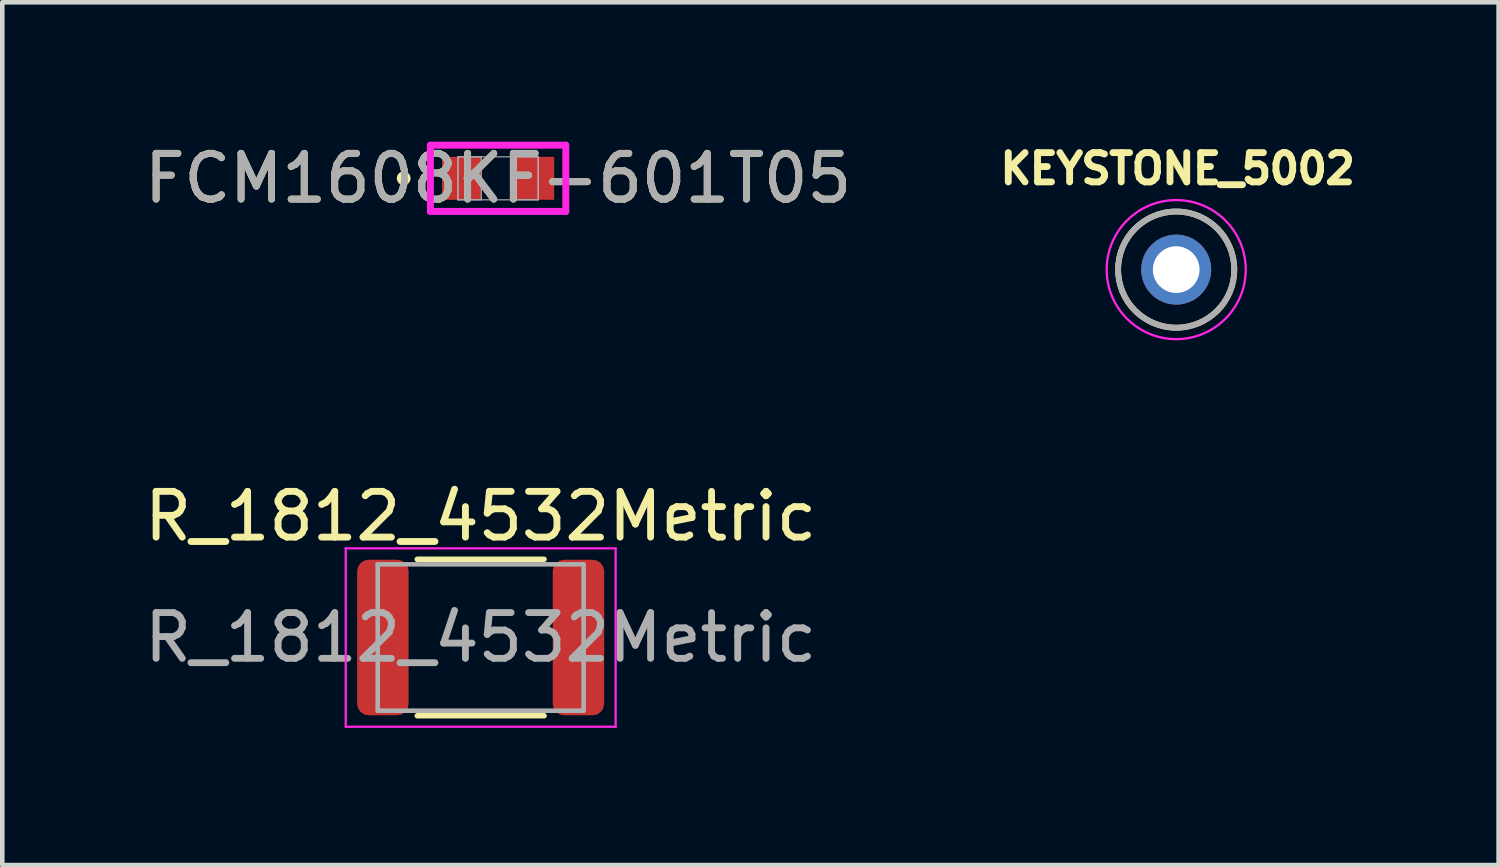
<source format=kicad_pcb>
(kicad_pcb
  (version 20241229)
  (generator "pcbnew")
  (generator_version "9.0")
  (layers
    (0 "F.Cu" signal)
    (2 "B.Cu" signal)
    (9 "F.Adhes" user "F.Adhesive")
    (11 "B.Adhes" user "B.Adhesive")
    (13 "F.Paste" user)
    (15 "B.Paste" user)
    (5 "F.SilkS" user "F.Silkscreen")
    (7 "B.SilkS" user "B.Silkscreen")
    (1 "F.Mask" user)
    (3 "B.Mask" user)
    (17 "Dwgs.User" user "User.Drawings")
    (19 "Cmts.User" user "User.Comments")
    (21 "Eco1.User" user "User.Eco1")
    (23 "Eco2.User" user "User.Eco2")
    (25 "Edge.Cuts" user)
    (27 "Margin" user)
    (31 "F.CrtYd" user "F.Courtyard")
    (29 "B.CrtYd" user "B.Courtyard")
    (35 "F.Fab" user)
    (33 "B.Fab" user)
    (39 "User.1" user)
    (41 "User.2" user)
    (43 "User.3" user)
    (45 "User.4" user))
  (footprint "KEYSTONE_5002"
    (layer "F.Cu")
    (at 22.663 2.844)
    (property "Reference" "KEYSTONE_5002" (at 0.032 -2.206 0) (layer "F.SilkS") (effects (font (size 0.64 0.64) (thickness 0.15))))
    (attr through_hole)
    (fp_circle (center 0 0) (end 1.27 0) (stroke (width 0.127) (type solid)) (fill no) (layer "F.SilkS"))
    (fp_circle (center 0 0) (end 1.52 0) (stroke (width 0.05) (type solid)) (fill no) (layer "F.CrtYd"))
    (fp_circle (center 0 0) (end 1.27 0) (stroke (width 0.127) (type solid)) (fill no) (layer "F.Fab"))
    (pad "TP" thru_hole circle (at 0 0) (size 1.53 1.53) (drill 1.02) (layers "*.Cu" "*.Mask")))
  (footprint "R_1812_4532Metric"
    (layer "F.Cu")
    (at 7.458 10.887)
    (property "Reference" "R_1812_4532Metric" (at 0 -2.65 0) (layer "F.SilkS") (effects (font (size 1 1) (thickness 0.15))))
    (attr smd)
    (fp_line (start -1.386 -1.71) (end 1.386 -1.71) (stroke (width 0.12) (type solid)) (layer "F.SilkS"))
    (fp_line (start -1.386 1.71) (end 1.386 1.71) (stroke (width 0.12) (type solid)) (layer "F.SilkS"))
    (fp_line (start -2.95 -1.95) (end 2.95 -1.95) (stroke (width 0.05) (type solid)) (layer "F.CrtYd"))
    (fp_line (start -2.95 1.95) (end -2.95 -1.95) (stroke (width 0.05) (type solid)) (layer "F.CrtYd"))
    (fp_line (start 2.95 -1.95) (end 2.95 1.95) (stroke (width 0.05) (type solid)) (layer "F.CrtYd"))
    (fp_line (start 2.95 1.95) (end -2.95 1.95) (stroke (width 0.05) (type solid)) (layer "F.CrtYd"))
    (fp_line (start -2.25 -1.6) (end 2.25 -1.6) (stroke (width 0.1) (type solid)) (layer "F.Fab"))
    (fp_line (start -2.25 1.6) (end -2.25 -1.6) (stroke (width 0.1) (type solid)) (layer "F.Fab"))
    (fp_line (start 2.25 -1.6) (end 2.25 1.6) (stroke (width 0.1) (type solid)) (layer "F.Fab"))
    (fp_line (start 2.25 1.6) (end -2.25 1.6) (stroke (width 0.1) (type solid)) (layer "F.Fab"))
    (fp_text user "${REFERENCE}" (at 0 0 0) (layer "F.Fab") (effects (font (size 1 1) (thickness 0.15))))
    (pad "1" smd roundrect (at -2.138 0) (size 1.125 3.4) (layers "F.Cu" "F.Mask" "F.Paste") (roundrect_rratio 0.222))
    (pad "2" smd roundrect (at 2.138 0) (size 1.125 3.4) (layers "F.Cu" "F.Mask" "F.Paste") (roundrect_rratio 0.222)))
  (footprint "FCM1608KF-601T05"
    (layer "F.Cu")
    (at 7.839 0.848)
    (property "Reference" "FCM1608KF-601T05" (at 0 0 0) (unlocked yes) (layer "F.SilkS") (effects (font (size 1 1) (thickness 0.15))))
    (attr smd)
    (fp_circle (center -2.064 0) (end -1.988 0) (stroke (width 0.152) (type solid)) (fill no) (layer "F.SilkS"))
    (fp_line (start -1.48 -0.724) (end 1.48 -0.724) (stroke (width 0.152) (type solid)) (layer "F.CrtYd"))
    (fp_line (start -1.48 0.724) (end -1.48 -0.724) (stroke (width 0.152) (type solid)) (layer "F.CrtYd"))
    (fp_line (start 1.48 -0.724) (end 1.48 0.724) (stroke (width 0.152) (type solid)) (layer "F.CrtYd"))
    (fp_line (start 1.48 0.724) (end -1.48 0.724) (stroke (width 0.152) (type solid)) (layer "F.CrtYd"))
    (fp_line (start -0.876 -0.47) (end -0.876 0.47) (stroke (width 0.025) (type solid)) (layer "F.Fab"))
    (fp_line (start -0.876 -0.47) (end -0.876 0.47) (stroke (width 0.025) (type solid)) (layer "F.Fab"))
    (fp_line (start -0.876 0.47) (end -0.368 0.47) (stroke (width 0.025) (type solid)) (layer "F.Fab"))
    (fp_line (start -0.876 0.47) (end 0.876 0.47) (stroke (width 0.025) (type solid)) (layer "F.Fab"))
    (fp_line (start -0.368 -0.47) (end -0.876 -0.47) (stroke (width 0.025) (type solid)) (layer "F.Fab"))
    (fp_line (start -0.368 0.47) (end -0.368 -0.47) (stroke (width 0.025) (type solid)) (layer "F.Fab"))
    (fp_line (start 0.368 -0.47) (end 0.368 0.47) (stroke (width 0.025) (type solid)) (layer "F.Fab"))
    (fp_line (start 0.368 0.47) (end 0.876 0.47) (stroke (width 0.025) (type solid)) (layer "F.Fab"))
    (fp_line (start 0.876 -0.47) (end -0.876 -0.47) (stroke (width 0.025) (type solid)) (layer "F.Fab"))
    (fp_line (start 0.876 -0.47) (end 0.368 -0.47) (stroke (width 0.025) (type solid)) (layer "F.Fab"))
    (fp_line (start 0.876 0.47) (end 0.876 -0.47) (stroke (width 0.025) (type solid)) (layer "F.Fab"))
    (fp_line (start 0.876 0.47) (end 0.876 -0.47) (stroke (width 0.025) (type solid)) (layer "F.Fab"))
    (fp_circle (center -0.67 0) (end -0.594 0) (stroke (width 0.025) (type solid)) (fill no) (layer "F.Fab"))
    (fp_text user "${REFERENCE}" (at 0 0 0) (unlocked yes) (layer "F.Fab") (effects (font (size 1 1) (thickness 0.15))))
    (pad "1" smd rect (at -0.797 0) (size 0.858 0.94) (layers "F.Cu" "F.Mask" "F.Paste"))
    (pad "2" smd rect (at 0.797 0) (size 0.858 0.94) (layers "F.Cu" "F.Mask" "F.Paste"))
    (zone (net_name "") (layer "F.Cu") (hatch full 0.508) (connect_pads) (min_thickness 0.254) (filled_areas_thickness no) (keepout (tracks not_allowed) (vias not_allowed) (pads allowed) (copperpour not_allowed) (footprints allowed)) (placement (enabled no)) (fill) (polygon (pts (xy 7.522 0.429) (xy 8.157 0.429) (xy 8.157 1.267) (xy 7.522 1.267)))))
  (gr_rect
    (start -3 -3)
    (end 29.711 15.862)
    (stroke (width 0.1) (type default))
    (fill no)
    (layer "Edge.Cuts")))
</source>
